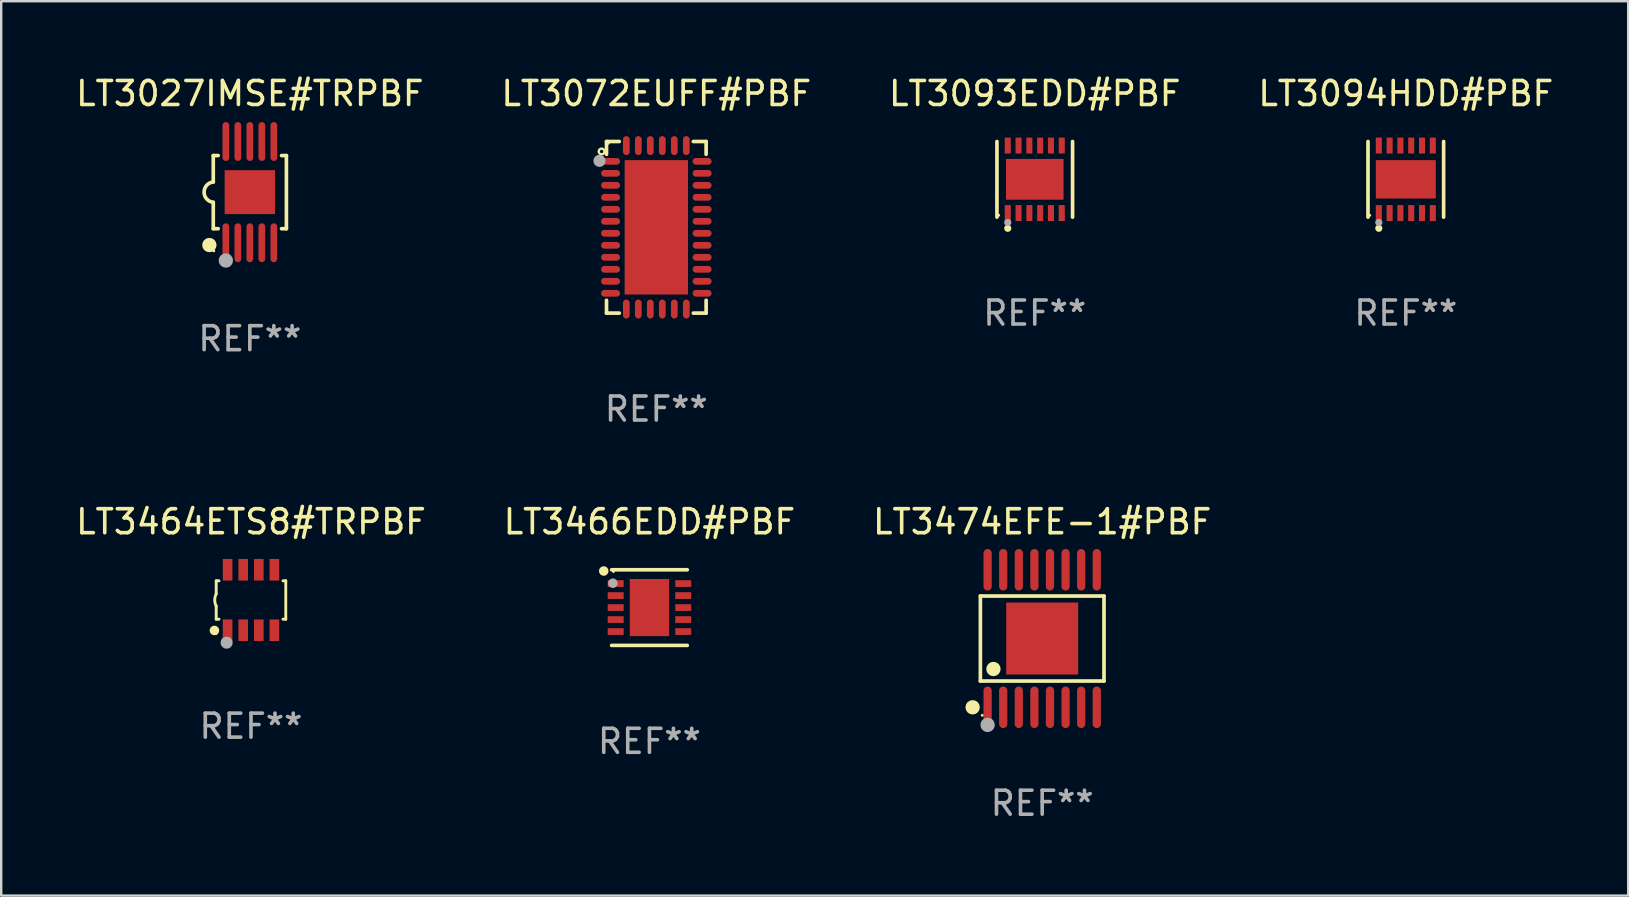
<source format=kicad_pcb>
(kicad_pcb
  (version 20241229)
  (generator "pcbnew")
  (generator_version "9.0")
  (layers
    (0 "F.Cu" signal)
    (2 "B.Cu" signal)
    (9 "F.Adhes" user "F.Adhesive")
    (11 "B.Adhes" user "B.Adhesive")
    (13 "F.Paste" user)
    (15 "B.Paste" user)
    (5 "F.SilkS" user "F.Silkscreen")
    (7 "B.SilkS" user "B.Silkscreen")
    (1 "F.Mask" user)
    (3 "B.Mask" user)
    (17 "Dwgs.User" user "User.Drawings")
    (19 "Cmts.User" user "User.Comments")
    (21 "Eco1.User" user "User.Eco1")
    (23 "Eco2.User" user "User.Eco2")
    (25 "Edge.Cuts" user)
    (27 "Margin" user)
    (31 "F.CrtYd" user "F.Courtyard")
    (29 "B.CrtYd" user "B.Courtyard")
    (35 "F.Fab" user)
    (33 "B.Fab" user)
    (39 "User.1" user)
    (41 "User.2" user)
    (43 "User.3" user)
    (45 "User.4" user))
  (footprint "LT3464ETS8#TRPBF"
    (layer "F.Cu")
    (at 7.411 21.957)
    (property "Reference" "LT3464ETS8#TRPBF" (at 0 -3.26 0) (layer "F.SilkS") (effects (font (size 1 1) (thickness 0.15))))
    (attr through_hole)
    (fp_line (start -1.45 -0.8) (end -1.45 -0.254) (stroke (width 0.12) (type solid)) (layer "F.SilkS"))
    (fp_line (start -1.45 -0.8) (end -1.334 -0.8) (stroke (width 0.12) (type solid)) (layer "F.SilkS"))
    (fp_line (start -1.45 0.8) (end -1.45 0.254) (stroke (width 0.12) (type solid)) (layer "F.SilkS"))
    (fp_line (start -1.45 0.8) (end -1.334 0.8) (stroke (width 0.12) (type solid)) (layer "F.SilkS"))
    (fp_line (start 1.334 -0.8) (end 1.45 -0.8) (stroke (width 0.12) (type solid)) (layer "F.SilkS"))
    (fp_line (start 1.334 0.8) (end 1.45 0.8) (stroke (width 0.12) (type solid)) (layer "F.SilkS"))
    (fp_line (start 1.45 0.8) (end 1.45 -0.8) (stroke (width 0.12) (type solid)) (layer "F.SilkS"))
    (fp_arc (start -1.45075 0.255144) (mid -1.510605 0.000434) (end -1.450013 -0.254102) (stroke (width 0.11999) (type solid)) (layer "F.SilkS"))
    (fp_circle (center -1.524 1.27) (end -1.424 1.27) (stroke (width 0.2) (type solid)) (fill no) (layer "F.SilkS"))
    (fp_circle (center -1.45 1.4) (end -1.42 1.4) (stroke (width 0.06) (type solid)) (fill no) (layer "F.SilkS"))
    (fp_circle (center -1.016 1.778) (end -0.889 1.778) (stroke (width 0.254) (type solid)) (fill no) (layer "F.Fab"))
    (fp_text user "REF**" (at 0 5.26 0) (layer "F.Fab") (effects (font (size 1 1) (thickness 0.15))))
    (pad "1" smd rect (at -0.975 1.26) (size 0.4 0.9) (layers "F.Cu" "F.Mask" "F.Paste"))
    (pad "2" smd rect (at -0.325 1.26) (size 0.4 0.9) (layers "F.Cu" "F.Mask" "F.Paste"))
    (pad "3" smd rect (at 0.325 1.26) (size 0.4 0.9) (layers "F.Cu" "F.Mask" "F.Paste"))
    (pad "4" smd rect (at 0.975 1.26) (size 0.4 0.9) (layers "F.Cu" "F.Mask" "F.Paste"))
    (pad "5" smd rect (at 0.975 -1.26) (size 0.4 0.9) (layers "F.Cu" "F.Mask" "F.Paste"))
    (pad "6" smd rect (at 0.325 -1.26) (size 0.4 0.9) (layers "F.Cu" "F.Mask" "F.Paste"))
    (pad "7" smd rect (at -0.325 -1.26) (size 0.4 0.9) (layers "F.Cu" "F.Mask" "F.Paste"))
    (pad "8" smd rect (at -0.975 -1.26) (size 0.4 0.9) (layers "F.Cu" "F.Mask" "F.Paste")))
  (footprint "LT3094HDD#PBF"
    (layer "F.Cu")
    (at 55.542 4.424)
    (property "Reference" "LT3094HDD#PBF" (at 0 -3.576 0) (layer "F.SilkS") (effects (font (size 1 1) (thickness 0.15))))
    (attr through_hole)
    (fp_line (start -1.576 1.576) (end -1.576 -1.576) (stroke (width 0.152) (type solid)) (layer "F.SilkS"))
    (fp_line (start 1.576 1.576) (end 1.576 -1.576) (stroke (width 0.152) (type solid)) (layer "F.SilkS"))
    (fp_circle (center -1.5 1.5) (end -1.47 1.5) (stroke (width 0.06) (type solid)) (fill no) (layer "F.SilkS"))
    (fp_circle (center -1.125 2.04) (end -1.05 2.04) (stroke (width 0.15) (type solid)) (fill no) (layer "F.SilkS"))
    (fp_circle (center -1.125 1.8) (end -1.05 1.8) (stroke (width 0.15) (type solid)) (fill no) (layer "F.Fab"))
    (fp_text user "REF**" (at 0 5.576 0) (layer "F.Fab") (effects (font (size 1 1) (thickness 0.15))))
    (pad "1" smd rect (at -1.125 1.407) (size 0.252 0.665) (layers "F.Cu" "F.Mask" "F.Paste"))
    (pad "2" smd rect (at -0.675 1.407) (size 0.252 0.665) (layers "F.Cu" "F.Mask" "F.Paste"))
    (pad "3" smd rect (at -0.225 1.407) (size 0.252 0.665) (layers "F.Cu" "F.Mask" "F.Paste"))
    (pad "4" smd rect (at 0.225 1.407) (size 0.252 0.665) (layers "F.Cu" "F.Mask" "F.Paste"))
    (pad "5" smd rect (at 0.675 1.407) (size 0.252 0.665) (layers "F.Cu" "F.Mask" "F.Paste"))
    (pad "6" smd rect (at 1.125 1.407) (size 0.252 0.665) (layers "F.Cu" "F.Mask" "F.Paste"))
    (pad "7" smd rect (at 1.125 -1.407) (size 0.252 0.665) (layers "F.Cu" "F.Mask" "F.Paste"))
    (pad "8" smd rect (at 0.675 -1.407) (size 0.252 0.665) (layers "F.Cu" "F.Mask" "F.Paste"))
    (pad "9" smd rect (at 0.225 -1.407) (size 0.252 0.665) (layers "F.Cu" "F.Mask" "F.Paste"))
    (pad "10" smd rect (at -0.225 -1.407) (size 0.252 0.665) (layers "F.Cu" "F.Mask" "F.Paste"))
    (pad "11" smd rect (at -0.675 -1.407) (size 0.252 0.665) (layers "F.Cu" "F.Mask" "F.Paste"))
    (pad "12" smd rect (at -1.125 -1.407) (size 0.252 0.665) (layers "F.Cu" "F.Mask" "F.Paste"))
    (pad "13" smd rect (at 0 0) (size 2.5 1.6) (layers "F.Cu" "F.Mask" "F.Paste")))
  (footprint "LT3466EDD#PBF"
    (layer "F.Cu")
    (at 24.018 22.273)
    (property "Reference" "LT3466EDD#PBF" (at 0 -3.576 0) (layer "F.SilkS") (effects (font (size 1 1) (thickness 0.15))))
    (attr through_hole)
    (fp_line (start -1.576 -1.576) (end 1.576 -1.576) (stroke (width 0.152) (type solid)) (layer "F.SilkS"))
    (fp_line (start -1.576 1.576) (end 1.576 1.576) (stroke (width 0.152) (type solid)) (layer "F.SilkS"))
    (fp_circle (center -1.905 -1.524) (end -1.805 -1.524) (stroke (width 0.2) (type solid)) (fill no) (layer "F.SilkS"))
    (fp_circle (center -1.5 -1.5) (end -1.47 -1.5) (stroke (width 0.06) (type solid)) (fill no) (layer "F.SilkS"))
    (fp_circle (center -1.524 -1.016) (end -1.424 -1.016) (stroke (width 0.2) (type solid)) (fill no) (layer "F.Fab"))
    (fp_text user "REF**" (at 0 5.576 0) (layer "F.Fab") (effects (font (size 1 1) (thickness 0.15))))
    (pad "1" smd rect (at -1.407 -1) (size 0.665 0.28) (layers "F.Cu" "F.Mask" "F.Paste"))
    (pad "2" smd rect (at -1.407 -0.5) (size 0.665 0.28) (layers "F.Cu" "F.Mask" "F.Paste"))
    (pad "3" smd rect (at -1.407 0) (size 0.665 0.28) (layers "F.Cu" "F.Mask" "F.Paste"))
    (pad "4" smd rect (at -1.407 0.5) (size 0.665 0.28) (layers "F.Cu" "F.Mask" "F.Paste"))
    (pad "5" smd rect (at -1.407 1) (size 0.665 0.28) (layers "F.Cu" "F.Mask" "F.Paste"))
    (pad "6" smd rect (at 1.407 1) (size 0.665 0.28) (layers "F.Cu" "F.Mask" "F.Paste"))
    (pad "7" smd rect (at 1.407 0.5) (size 0.665 0.28) (layers "F.Cu" "F.Mask" "F.Paste"))
    (pad "8" smd rect (at 1.407 0) (size 0.665 0.28) (layers "F.Cu" "F.Mask" "F.Paste"))
    (pad "9" smd rect (at 1.407 -0.5) (size 0.665 0.28) (layers "F.Cu" "F.Mask" "F.Paste"))
    (pad "10" smd rect (at 1.407 -1) (size 0.665 0.28) (layers "F.Cu" "F.Mask" "F.Paste"))
    (pad "11" smd rect (at 0 0) (size 1.64 2.38) (layers "F.Cu" "F.Mask" "F.Paste")))
  (footprint "LT3027IMSE#TRPBF"
    (layer "F.Cu")
    (at 7.363 4.958)
    (property "Reference" "LT3027IMSE#TRPBF" (at 0 -4.11 0) (layer "F.SilkS") (effects (font (size 1 1) (thickness 0.15))))
    (attr through_hole)
    (fp_line (start -1.524 -1.524) (end -1.524 -0.424) (stroke (width 0.152) (type solid)) (layer "F.SilkS"))
    (fp_line (start -1.524 1.524) (end -1.524 0.424) (stroke (width 0.152) (type solid)) (layer "F.SilkS"))
    (fp_line (start -1.524 1.524) (end -1.32 1.524) (stroke (width 0.152) (type solid)) (layer "F.SilkS"))
    (fp_line (start -1.32 -1.524) (end -1.524 -1.524) (stroke (width 0.152) (type solid)) (layer "F.SilkS"))
    (fp_line (start 1.32 1.524) (end 1.524 1.524) (stroke (width 0.152) (type solid)) (layer "F.SilkS"))
    (fp_line (start 1.524 -1.524) (end 1.32 -1.524) (stroke (width 0.152) (type solid)) (layer "F.SilkS"))
    (fp_line (start 1.524 1.524) (end 1.524 -1.524) (stroke (width 0.152) (type solid)) (layer "F.SilkS"))
    (fp_arc (start -1.524003 0.424003) (mid -1.906663 -0.000089) (end -1.524004 -0.424181) (stroke (width 0.151994) (type solid)) (layer "F.SilkS"))
    (fp_circle (center -1.687 2.205) (end -1.537 2.205) (stroke (width 0.3) (type solid)) (fill no) (layer "F.SilkS"))
    (fp_circle (center -1.5 2.45) (end -1.47 2.45) (stroke (width 0.06) (type solid)) (fill no) (layer "F.SilkS"))
    (fp_circle (center -1 2.85) (end -0.85 2.85) (stroke (width 0.3) (type solid)) (fill no) (layer "F.Fab"))
    (fp_text user "REF**" (at 0 6.11 0) (layer "F.Fab") (effects (font (size 1 1) (thickness 0.15))))
    (pad "1" smd oval (at -1 2.11) (size 0.28 1.62) (layers "F.Cu" "F.Mask" "F.Paste"))
    (pad "2" smd oval (at -0.5 2.11) (size 0.28 1.62) (layers "F.Cu" "F.Mask" "F.Paste"))
    (pad "3" smd oval (at 0 2.11) (size 0.28 1.62) (layers "F.Cu" "F.Mask" "F.Paste"))
    (pad "4" smd oval (at 0.5 2.11) (size 0.28 1.62) (layers "F.Cu" "F.Mask" "F.Paste"))
    (pad "5" smd oval (at 1 2.11) (size 0.28 1.62) (layers "F.Cu" "F.Mask" "F.Paste"))
    (pad "6" smd oval (at 1 -2.11) (size 0.28 1.62) (layers "F.Cu" "F.Mask" "F.Paste"))
    (pad "7" smd oval (at 0.5 -2.11) (size 0.28 1.62) (layers "F.Cu" "F.Mask" "F.Paste"))
    (pad "8" smd oval (at 0 -2.11) (size 0.28 1.62) (layers "F.Cu" "F.Mask" "F.Paste"))
    (pad "9" smd oval (at -0.5 -2.11) (size 0.28 1.62) (layers "F.Cu" "F.Mask" "F.Paste"))
    (pad "10" smd oval (at -1 -2.11) (size 0.28 1.62) (layers "F.Cu" "F.Mask" "F.Paste"))
    (pad "11" smd rect (at 0 0) (size 2.1 1.83) (layers "F.Cu" "F.Mask" "F.Paste")))
  (footprint "LT3072EUFF#PBF"
    (layer "F.Cu")
    (at 24.304 6.424)
    (property "Reference" "LT3072EUFF#PBF" (at 0 -5.576 0) (layer "F.SilkS") (effects (font (size 1 1) (thickness 0.15))))
    (attr through_hole)
    (fp_line (start -2.076 -3.576) (end -1.542 -3.576) (stroke (width 0.152) (type solid)) (layer "F.SilkS"))
    (fp_line (start -2.076 -3.042) (end -2.076 -3.576) (stroke (width 0.152) (type solid)) (layer "F.SilkS"))
    (fp_line (start -2.076 3.042) (end -2.076 3.576) (stroke (width 0.152) (type solid)) (layer "F.SilkS"))
    (fp_line (start -2.076 3.576) (end -1.542 3.576) (stroke (width 0.152) (type solid)) (layer "F.SilkS"))
    (fp_line (start 2.076 -3.576) (end 1.542 -3.576) (stroke (width 0.152) (type solid)) (layer "F.SilkS"))
    (fp_line (start 2.076 -3.042) (end 2.076 -3.576) (stroke (width 0.152) (type solid)) (layer "F.SilkS"))
    (fp_line (start 2.076 3.042) (end 2.076 3.576) (stroke (width 0.152) (type solid)) (layer "F.SilkS"))
    (fp_line (start 2.076 3.576) (end 1.542 3.576) (stroke (width 0.152) (type solid)) (layer "F.SilkS"))
    (fp_circle (center -2.28 -3.16) (end -2.16 -3.16) (stroke (width 0.1) (type solid)) (fill no) (layer "F.SilkS"))
    (fp_circle (center -2 -3.5) (end -1.97 -3.5) (stroke (width 0.06) (type solid)) (fill no) (layer "F.SilkS"))
    (fp_circle (center -2.37 -2.77) (end -2.243 -2.77) (stroke (width 0.254) (type solid)) (fill no) (layer "F.Fab"))
    (fp_text user "REF**" (at 0 7.576 0) (layer "F.Fab") (effects (font (size 1 1) (thickness 0.15))))
    (pad "1" smd oval (at -1.908 -2.75 270) (size 0.28 0.79) (layers "F.Cu" "F.Mask" "F.Paste"))
    (pad "2" smd oval (at -1.908 -2.25 270) (size 0.28 0.79) (layers "F.Cu" "F.Mask" "F.Paste"))
    (pad "3" smd oval (at -1.908 -1.75 270) (size 0.28 0.79) (layers "F.Cu" "F.Mask" "F.Paste"))
    (pad "4" smd oval (at -1.908 -1.25 270) (size 0.28 0.79) (layers "F.Cu" "F.Mask" "F.Paste"))
    (pad "5" smd oval (at -1.908 -0.75 270) (size 0.28 0.79) (layers "F.Cu" "F.Mask" "F.Paste"))
    (pad "6" smd oval (at -1.908 -0.25 270) (size 0.28 0.79) (layers "F.Cu" "F.Mask" "F.Paste"))
    (pad "7" smd oval (at -1.908 0.25 270) (size 0.28 0.79) (layers "F.Cu" "F.Mask" "F.Paste"))
    (pad "8" smd oval (at -1.908 0.75 270) (size 0.28 0.79) (layers "F.Cu" "F.Mask" "F.Paste"))
    (pad "9" smd oval (at -1.908 1.25 270) (size 0.28 0.79) (layers "F.Cu" "F.Mask" "F.Paste"))
    (pad "10" smd oval (at -1.908 1.75 270) (size 0.28 0.79) (layers "F.Cu" "F.Mask" "F.Paste"))
    (pad "11" smd oval (at -1.908 2.25 270) (size 0.28 0.79) (layers "F.Cu" "F.Mask" "F.Paste"))
    (pad "12" smd oval (at -1.908 2.75 270) (size 0.28 0.79) (layers "F.Cu" "F.Mask" "F.Paste"))
    (pad "13" smd oval (at -1.25 3.407 270) (size 0.79 0.28) (layers "F.Cu" "F.Mask" "F.Paste"))
    (pad "14" smd oval (at -0.75 3.407 270) (size 0.79 0.28) (layers "F.Cu" "F.Mask" "F.Paste"))
    (pad "15" smd oval (at -0.25 3.407 270) (size 0.79 0.28) (layers "F.Cu" "F.Mask" "F.Paste"))
    (pad "16" smd oval (at 0.25 3.407 270) (size 0.79 0.28) (layers "F.Cu" "F.Mask" "F.Paste"))
    (pad "17" smd oval (at 0.75 3.407 270) (size 0.79 0.28) (layers "F.Cu" "F.Mask" "F.Paste"))
    (pad "18" smd oval (at 1.25 3.407 270) (size 0.79 0.28) (layers "F.Cu" "F.Mask" "F.Paste"))
    (pad "19" smd oval (at 1.908 2.75 270) (size 0.28 0.79) (layers "F.Cu" "F.Mask" "F.Paste"))
    (pad "20" smd oval (at 1.908 2.25 270) (size 0.28 0.79) (layers "F.Cu" "F.Mask" "F.Paste"))
    (pad "21" smd oval (at 1.908 1.75 270) (size 0.28 0.79) (layers "F.Cu" "F.Mask" "F.Paste"))
    (pad "22" smd oval (at 1.908 1.25 270) (size 0.28 0.79) (layers "F.Cu" "F.Mask" "F.Paste"))
    (pad "23" smd oval (at 1.908 0.75 270) (size 0.28 0.79) (layers "F.Cu" "F.Mask" "F.Paste"))
    (pad "24" smd oval (at 1.908 0.25 270) (size 0.28 0.79) (layers "F.Cu" "F.Mask" "F.Paste"))
    (pad "25" smd oval (at 1.908 -0.25 270) (size 0.28 0.79) (layers "F.Cu" "F.Mask" "F.Paste"))
    (pad "26" smd oval (at 1.908 -0.75 270) (size 0.28 0.79) (layers "F.Cu" "F.Mask" "F.Paste"))
    (pad "27" smd oval (at 1.908 -1.25 270) (size 0.28 0.79) (layers "F.Cu" "F.Mask" "F.Paste"))
    (pad "28" smd oval (at 1.908 -1.75 270) (size 0.28 0.79) (layers "F.Cu" "F.Mask" "F.Paste"))
    (pad "29" smd oval (at 1.908 -2.25 270) (size 0.28 0.79) (layers "F.Cu" "F.Mask" "F.Paste"))
    (pad "30" smd oval (at 1.908 -2.75 270) (size 0.28 0.79) (layers "F.Cu" "F.Mask" "F.Paste"))
    (pad "31" smd oval (at 1.25 -3.407 270) (size 0.79 0.28) (layers "F.Cu" "F.Mask" "F.Paste"))
    (pad "32" smd oval (at 0.75 -3.407 270) (size 0.79 0.28) (layers "F.Cu" "F.Mask" "F.Paste"))
    (pad "33" smd oval (at 0.25 -3.407 270) (size 0.79 0.28) (layers "F.Cu" "F.Mask" "F.Paste"))
    (pad "34" smd oval (at -0.25 -3.407 270) (size 0.79 0.28) (layers "F.Cu" "F.Mask" "F.Paste"))
    (pad "35" smd oval (at -0.75 -3.407 270) (size 0.79 0.28) (layers "F.Cu" "F.Mask" "F.Paste"))
    (pad "36" smd oval (at -1.25 -3.407 270) (size 0.79 0.28) (layers "F.Cu" "F.Mask" "F.Paste"))
    (pad "37" smd rect (at 0 0 270) (size 5.6 2.64) (layers "F.Cu" "F.Mask" "F.Paste")))
  (footprint "LT3474EFE-1#PBF"
    (layer "F.Cu")
    (at 40.387 23.563)
    (property "Reference" "LT3474EFE-1#PBF" (at 0 -4.866 0) (layer "F.SilkS") (effects (font (size 1 1) (thickness 0.15))))
    (attr through_hole)
    (fp_line (start -2.576 -1.772) (end 2.576 -1.772) (stroke (width 0.152) (type solid)) (layer "F.SilkS"))
    (fp_line (start -2.576 1.771) (end -2.576 -1.772) (stroke (width 0.152) (type solid)) (layer "F.SilkS"))
    (fp_line (start 2.576 -1.772) (end 2.576 1.771) (stroke (width 0.152) (type solid)) (layer "F.SilkS"))
    (fp_line (start 2.576 1.771) (end -2.576 1.771) (stroke (width 0.152) (type solid)) (layer "F.SilkS"))
    (fp_circle (center -2.899 2.866) (end -2.749 2.866) (stroke (width 0.3) (type solid)) (fill no) (layer "F.SilkS"))
    (fp_circle (center -2.5 3.2) (end -2.47 3.2) (stroke (width 0.06) (type solid)) (fill no) (layer "F.SilkS"))
    (fp_circle (center -2.032 1.27) (end -1.882 1.27) (stroke (width 0.3) (type solid)) (fill no) (layer "F.SilkS"))
    (fp_circle (center -2.275 3.6) (end -2.125 3.6) (stroke (width 0.3) (type solid)) (fill no) (layer "F.Fab"))
    (fp_text user "REF**" (at 0 6.866 0) (layer "F.Fab") (effects (font (size 1 1) (thickness 0.15))))
    (pad "1" smd oval (at -2.275 2.866) (size 0.343 1.731) (layers "F.Cu" "F.Mask" "F.Paste"))
    (pad "2" smd oval (at -1.625 2.866) (size 0.343 1.731) (layers "F.Cu" "F.Mask" "F.Paste"))
    (pad "3" smd oval (at -0.975 2.866) (size 0.343 1.731) (layers "F.Cu" "F.Mask" "F.Paste"))
    (pad "4" smd oval (at -0.325 2.866) (size 0.343 1.731) (layers "F.Cu" "F.Mask" "F.Paste"))
    (pad "5" smd oval (at 0.325 2.866) (size 0.343 1.731) (layers "F.Cu" "F.Mask" "F.Paste"))
    (pad "6" smd oval (at 0.975 2.866) (size 0.343 1.731) (layers "F.Cu" "F.Mask" "F.Paste"))
    (pad "7" smd oval (at 1.625 2.866) (size 0.343 1.731) (layers "F.Cu" "F.Mask" "F.Paste"))
    (pad "8" smd oval (at 2.275 2.866) (size 0.343 1.731) (layers "F.Cu" "F.Mask" "F.Paste"))
    (pad "9" smd oval (at 2.275 -2.866) (size 0.343 1.731) (layers "F.Cu" "F.Mask" "F.Paste"))
    (pad "10" smd oval (at 1.625 -2.866) (size 0.343 1.731) (layers "F.Cu" "F.Mask" "F.Paste"))
    (pad "11" smd oval (at 0.975 -2.866) (size 0.343 1.731) (layers "F.Cu" "F.Mask" "F.Paste"))
    (pad "12" smd oval (at 0.325 -2.866) (size 0.343 1.731) (layers "F.Cu" "F.Mask" "F.Paste"))
    (pad "13" smd oval (at -0.325 -2.866) (size 0.343 1.731) (layers "F.Cu" "F.Mask" "F.Paste"))
    (pad "14" smd oval (at -0.975 -2.866) (size 0.343 1.731) (layers "F.Cu" "F.Mask" "F.Paste"))
    (pad "15" smd oval (at -1.625 -2.866) (size 0.343 1.731) (layers "F.Cu" "F.Mask" "F.Paste"))
    (pad "16" smd oval (at -2.275 -2.866) (size 0.343 1.731) (layers "F.Cu" "F.Mask" "F.Paste"))
    (pad "17" smd rect (at 0 -0.000127) (size 3 3) (layers "F.Cu" "F.Mask" "F.Paste")))
  (footprint "LT3093EDD#PBF"
    (layer "F.Cu")
    (at 40.077 4.424)
    (property "Reference" "LT3093EDD#PBF" (at 0 -3.576 0) (layer "F.SilkS") (effects (font (size 1 1) (thickness 0.15))))
    (attr through_hole)
    (fp_line (start -1.576 1.576) (end -1.576 -1.576) (stroke (width 0.152) (type solid)) (layer "F.SilkS"))
    (fp_line (start 1.576 1.576) (end 1.576 -1.576) (stroke (width 0.152) (type solid)) (layer "F.SilkS"))
    (fp_circle (center -1.5 1.5) (end -1.47 1.5) (stroke (width 0.06) (type solid)) (fill no) (layer "F.SilkS"))
    (fp_circle (center -1.125 2.04) (end -1.05 2.04) (stroke (width 0.15) (type solid)) (fill no) (layer "F.SilkS"))
    (fp_circle (center -1.125 1.8) (end -1.05 1.8) (stroke (width 0.15) (type solid)) (fill no) (layer "F.Fab"))
    (fp_text user "REF**" (at 0 5.576 0) (layer "F.Fab") (effects (font (size 1 1) (thickness 0.15))))
    (pad "1" smd rect (at -1.125 1.407) (size 0.252 0.665) (layers "F.Cu" "F.Mask" "F.Paste"))
    (pad "2" smd rect (at -0.675 1.407) (size 0.252 0.665) (layers "F.Cu" "F.Mask" "F.Paste"))
    (pad "3" smd rect (at -0.225 1.407) (size 0.252 0.665) (layers "F.Cu" "F.Mask" "F.Paste"))
    (pad "4" smd rect (at 0.225 1.407) (size 0.252 0.665) (layers "F.Cu" "F.Mask" "F.Paste"))
    (pad "5" smd rect (at 0.675 1.407) (size 0.252 0.665) (layers "F.Cu" "F.Mask" "F.Paste"))
    (pad "6" smd rect (at 1.125 1.407) (size 0.252 0.665) (layers "F.Cu" "F.Mask" "F.Paste"))
    (pad "7" smd rect (at 1.125 -1.407) (size 0.252 0.665) (layers "F.Cu" "F.Mask" "F.Paste"))
    (pad "8" smd rect (at 0.675 -1.407) (size 0.252 0.665) (layers "F.Cu" "F.Mask" "F.Paste"))
    (pad "9" smd rect (at 0.225 -1.407) (size 0.252 0.665) (layers "F.Cu" "F.Mask" "F.Paste"))
    (pad "10" smd rect (at -0.225 -1.407) (size 0.252 0.665) (layers "F.Cu" "F.Mask" "F.Paste"))
    (pad "11" smd rect (at -0.675 -1.407) (size 0.252 0.665) (layers "F.Cu" "F.Mask" "F.Paste"))
    (pad "12" smd rect (at -1.125 -1.407) (size 0.252 0.665) (layers "F.Cu" "F.Mask" "F.Paste"))
    (pad "13" smd rect (at 0 0) (size 2.4 1.7) (layers "F.Cu" "F.Mask" "F.Paste")))
  (gr_rect
    (start -3 -3)
    (end 64.81 34.277)
    (stroke (width 0.1) (type default))
    (fill no)
    (layer "Edge.Cuts")))
</source>
